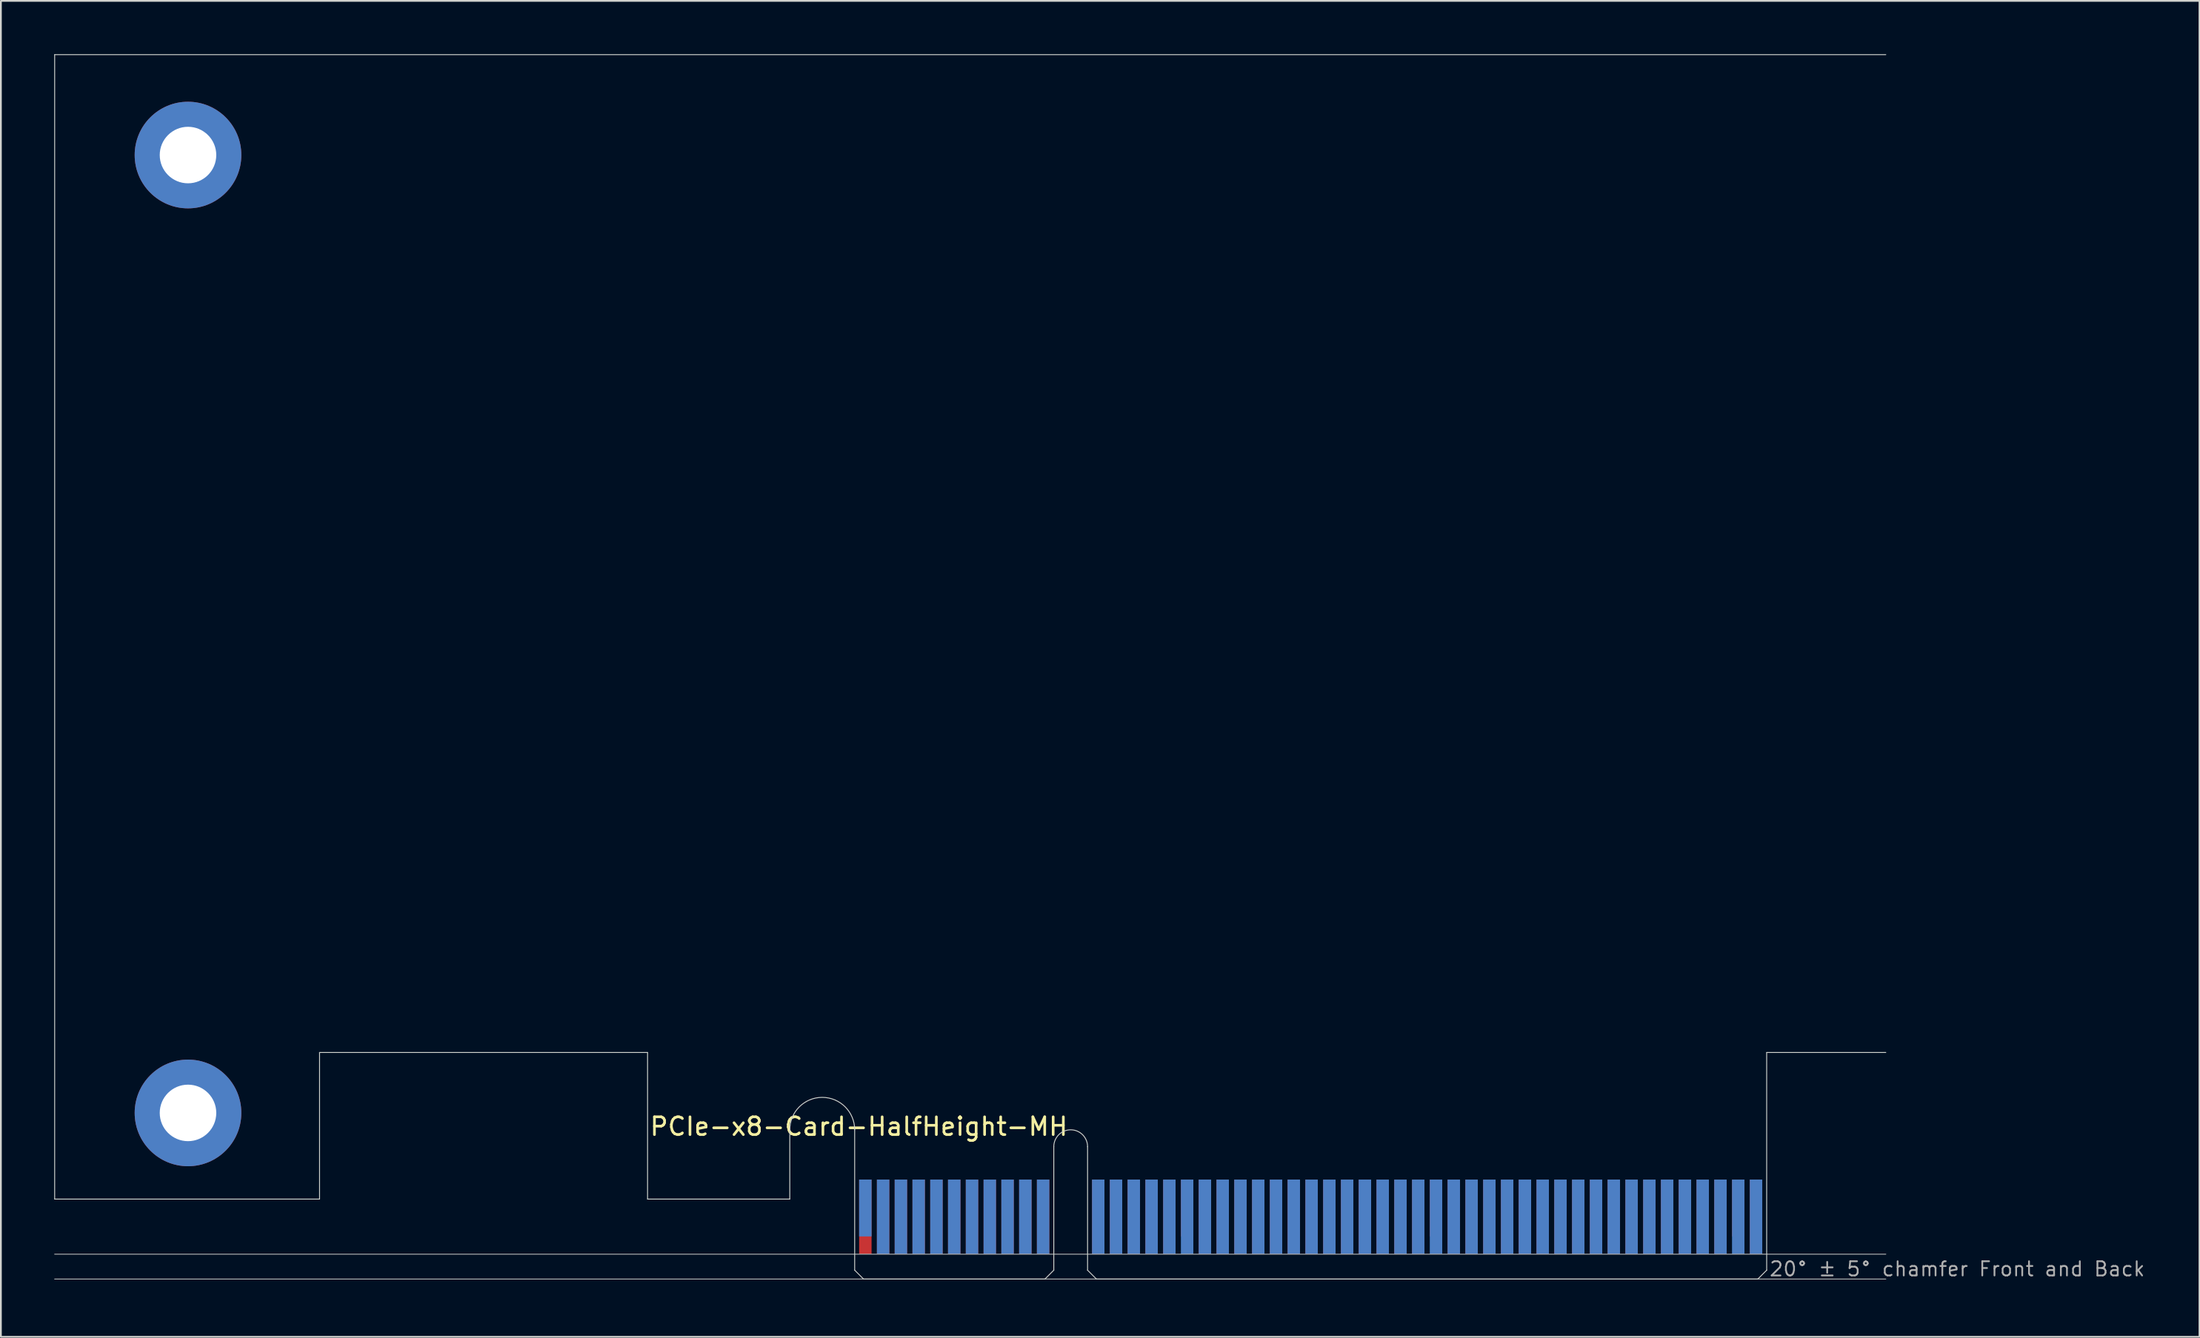
<source format=kicad_pcb>
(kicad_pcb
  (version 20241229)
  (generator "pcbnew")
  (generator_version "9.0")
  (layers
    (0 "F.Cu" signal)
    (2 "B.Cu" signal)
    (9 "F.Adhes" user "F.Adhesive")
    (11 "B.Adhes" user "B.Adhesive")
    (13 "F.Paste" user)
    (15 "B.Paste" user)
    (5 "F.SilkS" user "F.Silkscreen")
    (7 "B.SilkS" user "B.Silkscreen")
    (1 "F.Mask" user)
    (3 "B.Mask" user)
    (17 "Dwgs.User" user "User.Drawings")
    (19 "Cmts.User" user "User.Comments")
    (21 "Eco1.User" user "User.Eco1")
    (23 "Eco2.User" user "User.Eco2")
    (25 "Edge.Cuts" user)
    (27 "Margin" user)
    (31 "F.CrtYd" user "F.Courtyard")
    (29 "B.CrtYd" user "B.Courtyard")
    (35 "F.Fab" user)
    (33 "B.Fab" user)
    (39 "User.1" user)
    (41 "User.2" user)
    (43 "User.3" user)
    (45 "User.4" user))
  (footprint "PCIe-x8-Card-HalfHeight-MH"
    (layer "F.Cu")
    (at 45.025 68.925)
    (property "Reference" "PCIe-x8-Card-HalfHeight-MH" (at -11.6 -8 0) (layer "F.SilkS") (effects (font (size 1 1) (thickness 0.15)) (justify left bottom)))
    (attr exclude_from_pos_files exclude_from_bom)
    (fp_poly (pts (xy -3.65 -4.5) (xy -11.65 -4.5) (xy -11.65 -7.95) (xy -3.65 -7.95)) (stroke (width 0.1) (type solid)) (fill yes) (layer "F.Mask"))
    (fp_poly (pts (xy 11.2 -5.45) (xy 0 -5.45) (xy 0 0) (xy 11.2 0)) (stroke (width 0.1) (type solid)) (fill yes) (layer "F.Mask"))
    (fp_poly (pts (xy 51.3 -5.45) (xy 13.1 -5.45) (xy 13.1 0) (xy 51.3 0)) (stroke (width 0.1) (type solid)) (fill yes) (layer "F.Mask"))
    (fp_poly (pts (xy -3.65 -7.95) (xy -11.65 -7.95) (xy -11.65 -4.5) (xy -3.65 -4.5)) (stroke (width 0.1) (type solid)) (fill yes) (layer "B.Mask"))
    (fp_poly (pts (xy 11.2 0) (xy 0 0) (xy 0 -5.45) (xy 11.2 -5.45)) (stroke (width 0.1) (type solid)) (fill yes) (layer "B.Mask"))
    (fp_poly (pts (xy 51.3 -5.45) (xy 13.1 -5.45) (xy 13.1 0) (xy 51.3 0)) (stroke (width 0.1) (type solid)) (fill yes) (layer "B.Mask"))
    (fp_line (start -45 -68.9) (end 58 -68.9) (stroke (width 0.05) (type solid)) (layer "Edge.Cuts"))
    (fp_line (start -45 -4.5) (end -45 -68.9) (stroke (width 0.05) (type solid)) (layer "Edge.Cuts"))
    (fp_line (start -30.1 -12.75) (end -30.1 -4.5) (stroke (width 0.05) (type solid)) (layer "Edge.Cuts"))
    (fp_line (start -30.1 -4.5) (end -45 -4.5) (stroke (width 0.05) (type solid)) (layer "Edge.Cuts"))
    (fp_line (start -11.65 -12.75) (end -30.1 -12.75) (stroke (width 0.05) (type solid)) (layer "Edge.Cuts"))
    (fp_line (start -11.65 -4.5) (end -11.65 -12.75) (stroke (width 0.05) (type solid)) (layer "Edge.Cuts"))
    (fp_line (start -3.65 -4.5) (end -11.65 -4.5) (stroke (width 0.05) (type solid)) (layer "Edge.Cuts"))
    (fp_line (start -3.65 -4.5) (end -3.65 -8.4) (stroke (width 0.05) (type solid)) (layer "Edge.Cuts"))
    (fp_line (start 0 -0.5) (end 0 -8.4) (stroke (width 0.05) (type solid)) (layer "Edge.Cuts"))
    (fp_line (start 0.5 0) (end 0 -0.5) (stroke (width 0.05) (type solid)) (layer "Edge.Cuts"))
    (fp_line (start 0.5 0) (end 10.7 0) (stroke (width 0.05) (type solid)) (layer "Edge.Cuts"))
    (fp_line (start 10.7 0) (end 11.2 -0.5) (stroke (width 0.05) (type solid)) (layer "Edge.Cuts"))
    (fp_line (start 11.2 -0.5) (end 11.2 -7.45) (stroke (width 0.05) (type solid)) (layer "Edge.Cuts"))
    (fp_line (start 13.1 -0.5) (end 13.1 -7.45) (stroke (width 0.05) (type solid)) (layer "Edge.Cuts"))
    (fp_line (start 13.6 0) (end 13.1 -0.5) (stroke (width 0.05) (type solid)) (layer "Edge.Cuts"))
    (fp_line (start 50.8 0) (end 13.6 0) (stroke (width 0.05) (type solid)) (layer "Edge.Cuts"))
    (fp_line (start 50.8 0) (end 51.3 -0.5) (stroke (width 0.05) (type solid)) (layer "Edge.Cuts"))
    (fp_line (start 51.3 -12.75) (end 58 -12.75) (stroke (width 0.05) (type solid)) (layer "Edge.Cuts"))
    (fp_line (start 51.3 -0.5) (end 51.3 -12.75) (stroke (width 0.05) (type solid)) (layer "Edge.Cuts"))
    (fp_arc (start -3.65 -8.4) (mid -1.825 -10.225) (end 0 -8.4) (stroke (width 0.05) (type solid)) (layer "Edge.Cuts"))
    (fp_arc (start 11.2 -7.45) (mid 12.15 -8.4) (end 13.1 -7.45) (stroke (width 0.05) (type solid)) (layer "Edge.Cuts"))
    (fp_line (start -45 -1.4) (end 58 -1.4) (stroke (width 0.05) (type solid)) (layer "F.Fab"))
    (fp_line (start -45 0) (end 58 0) (stroke (width 0.05) (type solid)) (layer "F.Fab"))
    (fp_text user "20° ± 5° chamfer Front and Back" (at 51.4 -0.1 0) (layer "F.Fab") (effects (font (size 0.8 0.8) (thickness 0.1)) (justify left bottom)))
    (pad "A1" smd rect (at 0.6 -4) (size 0.7 3.2) (layers "B.Cu"))
    (pad "A2" smd rect (at 1.6 -3.5) (size 0.7 4.2) (layers "B.Cu"))
    (pad "A3" smd rect (at 2.6 -3.5) (size 0.7 4.2) (layers "B.Cu"))
    (pad "A4" smd rect (at 3.6 -3.5) (size 0.7 4.2) (layers "B.Cu"))
    (pad "A5" smd rect (at 4.6 -3.5) (size 0.7 4.2) (layers "B.Cu"))
    (pad "A6" smd rect (at 5.6 -3.5) (size 0.7 4.2) (layers "B.Cu"))
    (pad "A7" smd rect (at 6.6 -3.5) (size 0.7 4.2) (layers "B.Cu"))
    (pad "A8" smd rect (at 7.6 -3.5) (size 0.7 4.2) (layers "B.Cu"))
    (pad "A9" smd rect (at 8.6 -3.5) (size 0.7 4.2) (layers "B.Cu"))
    (pad "A10" smd rect (at 9.6 -3.5) (size 0.7 4.2) (layers "B.Cu"))
    (pad "A11" smd rect (at 10.6 -3.5) (size 0.7 4.2) (layers "B.Cu"))
    (pad "A12" smd rect (at 13.7 -3.5) (size 0.7 4.2) (layers "B.Cu"))
    (pad "A13" smd rect (at 14.7 -3.5) (size 0.7 4.2) (layers "B.Cu"))
    (pad "A14" smd rect (at 15.7 -3.5) (size 0.7 4.2) (layers "B.Cu"))
    (pad "A15" smd rect (at 16.7 -3.5) (size 0.7 4.2) (layers "B.Cu"))
    (pad "A16" smd rect (at 17.7 -3.5) (size 0.7 4.2) (layers "B.Cu"))
    (pad "A17" smd rect (at 18.7 -3.5) (size 0.7 4.2) (layers "B.Cu"))
    (pad "A18" smd rect (at 19.7 -3.5) (size 0.7 4.2) (layers "B.Cu"))
    (pad "A19" smd rect (at 20.7 -3.5) (size 0.7 4.2) (layers "B.Cu"))
    (pad "A20" smd rect (at 21.7 -3.5) (size 0.7 4.2) (layers "B.Cu"))
    (pad "A21" smd rect (at 22.7 -3.5) (size 0.7 4.2) (layers "B.Cu"))
    (pad "A22" smd rect (at 23.7 -3.5) (size 0.7 4.2) (layers "B.Cu"))
    (pad "A23" smd rect (at 24.7 -3.5) (size 0.7 4.2) (layers "B.Cu"))
    (pad "A24" smd rect (at 25.7 -3.5) (size 0.7 4.2) (layers "B.Cu"))
    (pad "A25" smd rect (at 26.7 -3.5) (size 0.7 4.2) (layers "B.Cu"))
    (pad "A26" smd rect (at 27.7 -3.5) (size 0.7 4.2) (layers "B.Cu"))
    (pad "A27" smd rect (at 28.7 -3.5) (size 0.7 4.2) (layers "B.Cu"))
    (pad "A28" smd rect (at 29.7 -3.5) (size 0.7 4.2) (layers "B.Cu"))
    (pad "A29" smd rect (at 30.7 -3.5) (size 0.7 4.2) (layers "B.Cu"))
    (pad "A30" smd rect (at 31.7 -3.5) (size 0.7 4.2) (layers "B.Cu"))
    (pad "A31" smd rect (at 32.7 -3.5) (size 0.7 4.2) (layers "B.Cu"))
    (pad "A32" smd rect (at 33.7 -3.5) (size 0.7 4.2) (layers "B.Cu"))
    (pad "A33" smd rect (at 34.7 -3.5) (size 0.7 4.2) (layers "B.Cu"))
    (pad "A34" smd rect (at 35.7 -3.5) (size 0.7 4.2) (layers "B.Cu"))
    (pad "A35" smd rect (at 36.7 -3.5) (size 0.7 4.2) (layers "B.Cu"))
    (pad "A36" smd rect (at 37.7 -3.5) (size 0.7 4.2) (layers "B.Cu"))
    (pad "A37" smd rect (at 38.7 -3.5) (size 0.7 4.2) (layers "B.Cu"))
    (pad "A38" smd rect (at 39.7 -3.5) (size 0.7 4.2) (layers "B.Cu"))
    (pad "A39" smd rect (at 40.7 -3.5) (size 0.7 4.2) (layers "B.Cu"))
    (pad "A40" smd rect (at 41.7 -3.5) (size 0.7 4.2) (layers "B.Cu"))
    (pad "A41" smd rect (at 42.7 -3.5) (size 0.7 4.2) (layers "B.Cu"))
    (pad "A42" smd rect (at 43.7 -3.5) (size 0.7 4.2) (layers "B.Cu"))
    (pad "A43" smd rect (at 44.7 -3.5) (size 0.7 4.2) (layers "B.Cu"))
    (pad "A44" smd rect (at 45.7 -3.5) (size 0.7 4.2) (layers "B.Cu"))
    (pad "A45" smd rect (at 46.7 -3.5) (size 0.7 4.2) (layers "B.Cu"))
    (pad "A46" smd rect (at 47.7 -3.5) (size 0.7 4.2) (layers "B.Cu"))
    (pad "A47" smd rect (at 48.7 -3.5) (size 0.7 4.2) (layers "B.Cu"))
    (pad "A48" smd rect (at 49.7 -3.5) (size 0.7 4.2) (layers "B.Cu"))
    (pad "A49" smd rect (at 50.7 -3.5) (size 0.7 4.2) (layers "B.Cu"))
    (pad "B1" smd rect (at 0.6 -3.5) (size 0.7 4.2) (layers "F.Cu"))
    (pad "B2" smd rect (at 1.6 -3.5) (size 0.7 4.2) (layers "F.Cu"))
    (pad "B3" smd rect (at 2.6 -3.5) (size 0.7 4.2) (layers "F.Cu"))
    (pad "B4" smd rect (at 3.6 -3.5) (size 0.7 4.2) (layers "F.Cu"))
    (pad "B5" smd rect (at 4.6 -3.5) (size 0.7 4.2) (layers "F.Cu"))
    (pad "B6" smd rect (at 5.6 -3.5) (size 0.7 4.2) (layers "F.Cu"))
    (pad "B7" smd rect (at 6.6 -3.5) (size 0.7 4.2) (layers "F.Cu"))
    (pad "B8" smd rect (at 7.6 -3.5) (size 0.7 4.2) (layers "F.Cu"))
    (pad "B9" smd rect (at 8.6 -3.5) (size 0.7 4.2) (layers "F.Cu"))
    (pad "B10" smd rect (at 9.6 -3.5) (size 0.7 4.2) (layers "F.Cu"))
    (pad "B11" smd rect (at 10.6 -3.5) (size 0.7 4.2) (layers "F.Cu"))
    (pad "B12" smd rect (at 13.7 -3.5) (size 0.7 4.2) (layers "F.Cu"))
    (pad "B13" smd rect (at 14.7 -3.5) (size 0.7 4.2) (layers "F.Cu"))
    (pad "B14" smd rect (at 15.7 -3.5) (size 0.7 4.2) (layers "F.Cu"))
    (pad "B15" smd rect (at 16.7 -3.5) (size 0.7 4.2) (layers "F.Cu"))
    (pad "B16" smd rect (at 17.7 -3.5) (size 0.7 4.2) (layers "F.Cu"))
    (pad "B17" smd rect (at 18.7 -4) (size 0.7 3.2) (layers "F.Cu"))
    (pad "B18" smd rect (at 19.7 -3.5) (size 0.7 4.2) (layers "F.Cu"))
    (pad "B19" smd rect (at 20.7 -3.5) (size 0.7 4.2) (layers "F.Cu"))
    (pad "B20" smd rect (at 21.7 -3.5) (size 0.7 4.2) (layers "F.Cu"))
    (pad "B21" smd rect (at 22.7 -3.5) (size 0.7 4.2) (layers "F.Cu"))
    (pad "B22" smd rect (at 23.7 -3.5) (size 0.7 4.2) (layers "F.Cu"))
    (pad "B23" smd rect (at 24.7 -3.5) (size 0.7 4.2) (layers "F.Cu"))
    (pad "B24" smd rect (at 25.7 -3.5) (size 0.7 4.2) (layers "F.Cu"))
    (pad "B25" smd rect (at 26.7 -3.5) (size 0.7 4.2) (layers "F.Cu"))
    (pad "B26" smd rect (at 27.7 -3.5) (size 0.7 4.2) (layers "F.Cu"))
    (pad "B27" smd rect (at 28.7 -3.5) (size 0.7 4.2) (layers "F.Cu"))
    (pad "B28" smd rect (at 29.7 -3.5) (size 0.7 4.2) (layers "F.Cu"))
    (pad "B29" smd rect (at 30.7 -3.5) (size 0.7 4.2) (layers "F.Cu"))
    (pad "B30" smd rect (at 31.7 -3.5) (size 0.7 4.2) (layers "F.Cu"))
    (pad "B31" smd rect (at 32.7 -4) (size 0.7 3.2) (layers "F.Cu"))
    (pad "B32" smd rect (at 33.7 -3.5) (size 0.7 4.2) (layers "F.Cu"))
    (pad "B33" smd rect (at 34.7 -3.5) (size 0.7 4.2) (layers "F.Cu"))
    (pad "B34" smd rect (at 35.7 -3.5) (size 0.7 4.2) (layers "F.Cu"))
    (pad "B35" smd rect (at 36.7 -3.5) (size 0.7 4.2) (layers "F.Cu"))
    (pad "B36" smd rect (at 37.7 -3.5) (size 0.7 4.2) (layers "F.Cu"))
    (pad "B37" smd rect (at 38.7 -3.5) (size 0.7 4.2) (layers "F.Cu"))
    (pad "B38" smd rect (at 39.7 -3.5) (size 0.7 4.2) (layers "F.Cu"))
    (pad "B39" smd rect (at 40.7 -3.5) (size 0.7 4.2) (layers "F.Cu"))
    (pad "B40" smd rect (at 41.7 -3.5) (size 0.7 4.2) (layers "F.Cu"))
    (pad "B41" smd rect (at 42.7 -3.5) (size 0.7 4.2) (layers "F.Cu"))
    (pad "B42" smd rect (at 43.7 -3.5) (size 0.7 4.2) (layers "F.Cu"))
    (pad "B43" smd rect (at 44.7 -3.5) (size 0.7 4.2) (layers "F.Cu"))
    (pad "B44" smd rect (at 45.7 -3.5) (size 0.7 4.2) (layers "F.Cu"))
    (pad "B45" smd rect (at 46.7 -3.5) (size 0.7 4.2) (layers "F.Cu"))
    (pad "B46" smd rect (at 47.7 -3.5) (size 0.7 4.2) (layers "F.Cu"))
    (pad "B47" smd rect (at 48.7 -3.5) (size 0.7 4.2) (layers "F.Cu"))
    (pad "B48" smd rect (at 49.7 -4) (size 0.7 3.2) (layers "F.Cu"))
    (pad "B49" smd rect (at 50.7 -3.5) (size 0.7 4.2) (layers "F.Cu"))
    (pad "GND" thru_hole circle (at -37.5 -63.25) (size 6 6) (drill 3.18) (layers "*.Cu" "*.Mask"))
    (pad "GND" thru_hole circle (at -37.5 -9.35) (size 6 6) (drill 3.18) (layers "*.Cu" "*.Mask")))
  (gr_rect
    (start -3 -3)
    (end 120.67 72.175)
    (stroke (width 0.1) (type default))
    (fill no)
    (layer "Edge.Cuts")))
</source>
